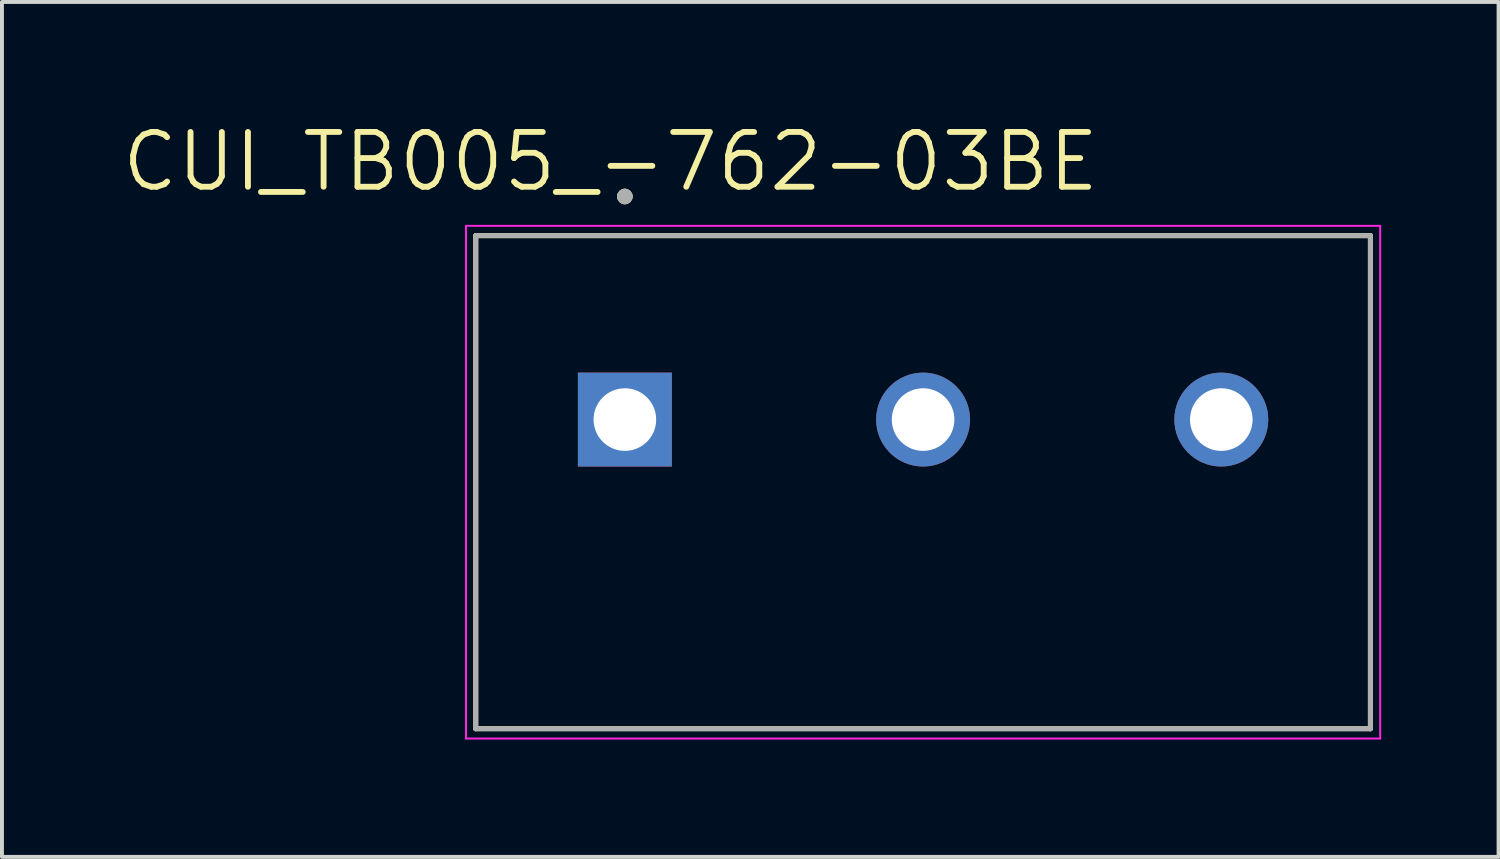
<source format=kicad_pcb>
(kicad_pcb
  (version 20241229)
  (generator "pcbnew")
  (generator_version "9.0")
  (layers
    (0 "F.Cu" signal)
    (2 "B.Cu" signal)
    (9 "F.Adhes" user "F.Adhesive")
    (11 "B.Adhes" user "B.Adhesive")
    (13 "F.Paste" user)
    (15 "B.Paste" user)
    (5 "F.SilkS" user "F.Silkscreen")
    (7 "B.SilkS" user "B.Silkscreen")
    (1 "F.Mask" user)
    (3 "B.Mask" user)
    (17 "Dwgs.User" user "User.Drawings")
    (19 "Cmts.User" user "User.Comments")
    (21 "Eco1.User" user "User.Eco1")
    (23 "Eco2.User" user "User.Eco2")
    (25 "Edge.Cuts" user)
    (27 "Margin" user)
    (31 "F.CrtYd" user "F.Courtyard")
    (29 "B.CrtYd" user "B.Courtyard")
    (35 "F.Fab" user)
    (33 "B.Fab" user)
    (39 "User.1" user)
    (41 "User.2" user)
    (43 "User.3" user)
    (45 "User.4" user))
  (footprint "CUI_TB005_-762-03BE"
    (layer "F.Cu")
    (at 12.917 7.671)
    (property "Reference" "CUI_TB005_-762-03BE" (at -0.365 -6.589 0) (layer "F.SilkS") (effects (font (size 1.4 1.4) (thickness 0.15))))
    (attr through_hole)
    (fp_line (start -3.81 -4.7) (end 19.05 -4.7) (stroke (width 0.127) (type solid)) (layer "F.SilkS"))
    (fp_line (start -3.81 7.9) (end -3.81 -4.7) (stroke (width 0.127) (type solid)) (layer "F.SilkS"))
    (fp_line (start 19.05 -4.7) (end 19.05 7.9) (stroke (width 0.127) (type solid)) (layer "F.SilkS"))
    (fp_line (start 19.05 7.9) (end -3.81 7.9) (stroke (width 0.127) (type solid)) (layer "F.SilkS"))
    (fp_circle (center 0 -5.7) (end 0.1 -5.7) (stroke (width 0.2) (type solid)) (fill no) (layer "F.SilkS"))
    (fp_line (start -4.06 -4.95) (end 19.3 -4.95) (stroke (width 0.05) (type solid)) (layer "F.CrtYd"))
    (fp_line (start -4.06 8.15) (end -4.06 -4.95) (stroke (width 0.05) (type solid)) (layer "F.CrtYd"))
    (fp_line (start 19.3 -4.95) (end 19.3 8.15) (stroke (width 0.05) (type solid)) (layer "F.CrtYd"))
    (fp_line (start 19.3 8.15) (end -4.06 8.15) (stroke (width 0.05) (type solid)) (layer "F.CrtYd"))
    (fp_line (start -3.81 -4.7) (end 19.05 -4.7) (stroke (width 0.127) (type solid)) (layer "F.Fab"))
    (fp_line (start -3.81 7.9) (end -3.81 -4.7) (stroke (width 0.127) (type solid)) (layer "F.Fab"))
    (fp_line (start 19.05 -4.7) (end 19.05 7.9) (stroke (width 0.127) (type solid)) (layer "F.Fab"))
    (fp_line (start 19.05 7.9) (end -3.81 7.9) (stroke (width 0.127) (type solid)) (layer "F.Fab"))
    (fp_circle (center 0 -5.7) (end 0.1 -5.7) (stroke (width 0.2) (type solid)) (fill no) (layer "F.Fab"))
    (pad "1" thru_hole rect (at 0 0) (size 2.4 2.4) (drill 1.6) (layers "*.Cu" "*.Mask"))
    (pad "2" thru_hole circle (at 7.62 0) (size 2.4 2.4) (drill 1.6) (layers "*.Cu" "*.Mask"))
    (pad "3" thru_hole circle (at 15.24 0) (size 2.4 2.4) (drill 1.6) (layers "*.Cu" "*.Mask")))
  (gr_rect
    (start -3 -3)
    (end 35.242 18.846)
    (stroke (width 0.1) (type default))
    (fill no)
    (layer "Edge.Cuts")))
</source>
